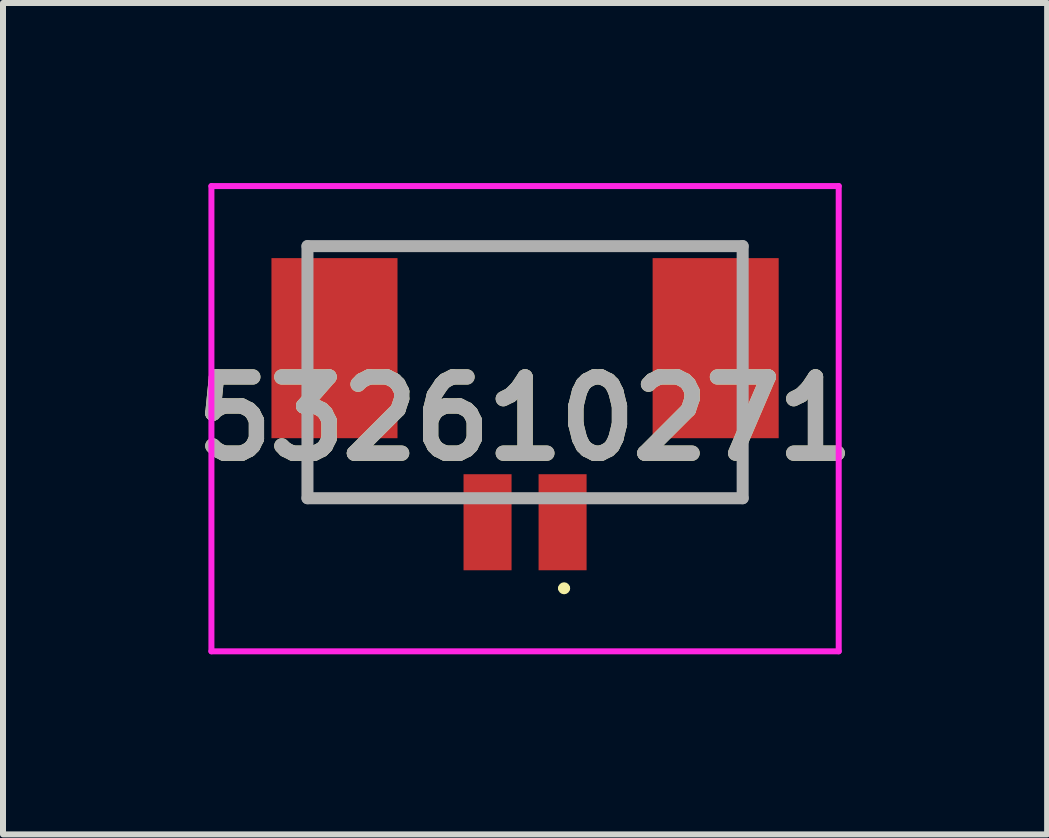
<source format=kicad_pcb>
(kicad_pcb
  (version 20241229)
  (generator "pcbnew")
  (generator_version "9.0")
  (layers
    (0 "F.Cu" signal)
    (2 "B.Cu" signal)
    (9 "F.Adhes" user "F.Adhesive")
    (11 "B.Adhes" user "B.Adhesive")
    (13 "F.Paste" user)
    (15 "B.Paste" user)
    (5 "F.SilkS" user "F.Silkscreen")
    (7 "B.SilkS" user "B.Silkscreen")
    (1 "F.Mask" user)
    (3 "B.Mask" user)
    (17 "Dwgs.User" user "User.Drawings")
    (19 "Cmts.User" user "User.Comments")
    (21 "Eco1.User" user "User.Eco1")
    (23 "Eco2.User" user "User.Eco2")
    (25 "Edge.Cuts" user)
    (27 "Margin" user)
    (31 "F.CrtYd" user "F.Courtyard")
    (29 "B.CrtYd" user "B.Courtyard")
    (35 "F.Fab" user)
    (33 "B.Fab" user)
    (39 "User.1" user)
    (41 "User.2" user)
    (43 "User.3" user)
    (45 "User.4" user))
  (footprint "532610271"
    (layer "F.Cu")
    (at 5.697 3.35)
    (property "Reference" "532610271" (at 0 0.575 0) (layer "F.SilkS") (effects (font (size 1.27 1.27) (thickness 0.254))))
    (attr smd)
    (fp_line (start -3.625 1.9) (end -3.625 1.2) (stroke (width 0.1) (type solid)) (layer "F.SilkS"))
    (fp_line (start -1.4 1.9) (end -3.625 1.9) (stroke (width 0.1) (type solid)) (layer "F.SilkS"))
    (fp_line (start 0.6 3.4) (end 0.6 3.4) (stroke (width 0.1) (type solid)) (layer "F.SilkS"))
    (fp_line (start 0.7 3.4) (end 0.7 3.4) (stroke (width 0.1) (type solid)) (layer "F.SilkS"))
    (fp_line (start 1.8 -2.3) (end -1.8 -2.3) (stroke (width 0.1) (type solid)) (layer "F.SilkS"))
    (fp_line (start 3.625 1.2) (end 3.625 1.9) (stroke (width 0.1) (type solid)) (layer "F.SilkS"))
    (fp_line (start 3.625 1.9) (end 1.4 1.9) (stroke (width 0.1) (type solid)) (layer "F.SilkS"))
    (fp_arc (start 0.6 3.4) (mid 0.65 3.35) (end 0.7 3.4) (stroke (width 0.1) (type solid)) (layer "F.SilkS"))
    (fp_arc (start 0.7 3.4) (mid 0.65 3.45) (end 0.6 3.4) (stroke (width 0.1) (type solid)) (layer "F.SilkS"))
    (fp_line (start -5.225 -3.3) (end -5.225 4.45) (stroke (width 0.1) (type solid)) (layer "F.CrtYd"))
    (fp_line (start -5.225 4.45) (end 5.225 4.45) (stroke (width 0.1) (type solid)) (layer "F.CrtYd"))
    (fp_line (start 5.225 -3.3) (end -5.225 -3.3) (stroke (width 0.1) (type solid)) (layer "F.CrtYd"))
    (fp_line (start 5.225 4.45) (end 5.225 -3.3) (stroke (width 0.1) (type solid)) (layer "F.CrtYd"))
    (fp_line (start -3.625 -2.3) (end -3.625 1.9) (stroke (width 0.2) (type solid)) (layer "F.Fab"))
    (fp_line (start -3.625 1.9) (end 3.625 1.9) (stroke (width 0.2) (type solid)) (layer "F.Fab"))
    (fp_line (start 3.625 -2.3) (end -3.625 -2.3) (stroke (width 0.2) (type solid)) (layer "F.Fab"))
    (fp_line (start 3.625 1.9) (end 3.625 -2.3) (stroke (width 0.2) (type solid)) (layer "F.Fab"))
    (fp_text user "${REFERENCE}" (at 0 0.575 0) (layer "F.Fab") (effects (font (size 1.27 1.27) (thickness 0.254))))
    (pad "1" smd rect (at 0.625 2.3) (size 0.8 1.6) (layers "F.Cu" "F.Mask" "F.Paste"))
    (pad "2" smd rect (at -0.625 2.3) (size 0.8 1.6) (layers "F.Cu" "F.Mask" "F.Paste"))
    (pad "MP1" smd rect (at 3.175 -0.6) (size 2.1 3) (layers "F.Cu" "F.Mask" "F.Paste"))
    (pad "MP2" smd rect (at -3.175 -0.6) (size 2.1 3) (layers "F.Cu" "F.Mask" "F.Paste")))
  (gr_rect
    (start -3 -3)
    (end 14.394 10.85)
    (stroke (width 0.1) (type default))
    (fill no)
    (layer "Edge.Cuts")))
</source>
